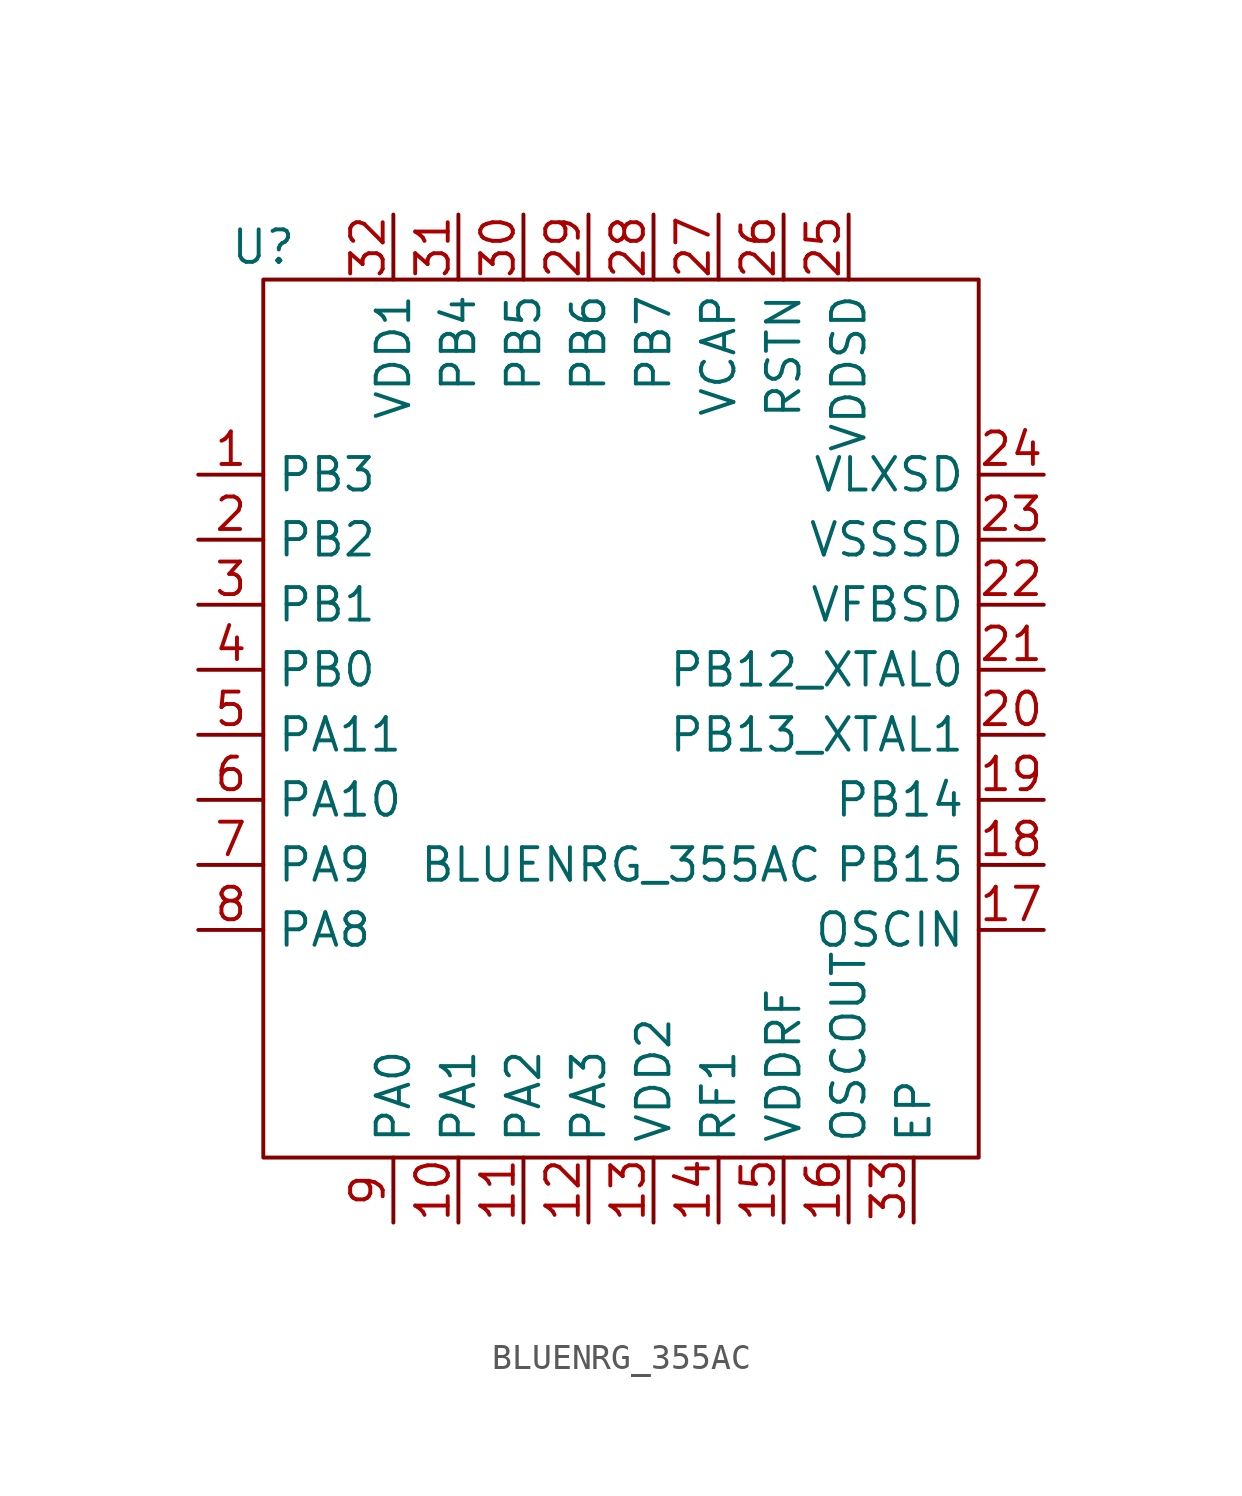
<source format=kicad_sym>
(kicad_symbol_lib
  (version 20211014)
  (generator kicad_symbol_editor)
  (symbol "BLUENRG_355AC"
    (property "Reference" "U"
      (at -13.97 17.78 0)
      (effects (font (size 1.27 1.27))))
    (property "Value" "BLUENRG_355AC"
      (at 0 -6.35 0)
      (effects (font (size 1.27 1.27))))
    (symbol "BLUENRG_355AC_0_1"
      (rectangle (start -13.97 16.51) (end 13.97 -17.78) (stroke (width 0) (type default) (color 0 0 0 0)) (fill (type none))))
    (symbol "BLUENRG_355AC_1_1"
      (pin bidirectional line (at -16.51 8.89 0) (length 2.54) (name "PB3" (effects (font (size 1.27 1.27)))) (number "1" (effects (font (size 1.27 1.27)))))
      (pin bidirectional line (at -6.35 -20.32 90) (length 2.54) (name "PA1" (effects (font (size 1.27 1.27)))) (number "10" (effects (font (size 1.27 1.27)))))
      (pin bidirectional line (at -3.81 -20.32 90) (length 2.54) (name "PA2" (effects (font (size 1.27 1.27)))) (number "11" (effects (font (size 1.27 1.27)))))
      (pin bidirectional line (at -1.27 -20.32 90) (length 2.54) (name "PA3" (effects (font (size 1.27 1.27)))) (number "12" (effects (font (size 1.27 1.27)))))
      (pin power_in line (at 1.27 -20.32 90) (length 2.54) (name "VDD2" (effects (font (size 1.27 1.27)))) (number "13" (effects (font (size 1.27 1.27)))))
      (pin bidirectional line (at 3.81 -20.32 90) (length 2.54) (name "RF1" (effects (font (size 1.27 1.27)))) (number "14" (effects (font (size 1.27 1.27)))))
      (pin power_in line (at 6.35 -20.32 90) (length 2.54) (name "VDDRF" (effects (font (size 1.27 1.27)))) (number "15" (effects (font (size 1.27 1.27)))))
      (pin bidirectional line (at 8.89 -20.32 90) (length 2.54) (name "OSCOUT" (effects (font (size 1.27 1.27)))) (number "16" (effects (font (size 1.27 1.27)))))
      (pin bidirectional line (at 16.51 -8.89 180) (length 2.54) (name "OSCIN" (effects (font (size 1.27 1.27)))) (number "17" (effects (font (size 1.27 1.27)))))
      (pin bidirectional line (at 16.51 -6.35 180) (length 2.54) (name "PB15" (effects (font (size 1.27 1.27)))) (number "18" (effects (font (size 1.27 1.27)))))
      (pin bidirectional line (at 16.51 -3.81 180) (length 2.54) (name "PB14" (effects (font (size 1.27 1.27)))) (number "19" (effects (font (size 1.27 1.27)))))
      (pin bidirectional line (at -16.51 6.35 0) (length 2.54) (name "PB2" (effects (font (size 1.27 1.27)))) (number "2" (effects (font (size 1.27 1.27)))))
      (pin bidirectional line (at 16.51 -1.27 180) (length 2.54) (name "PB13_XTAL1" (effects (font (size 1.27 1.27)))) (number "20" (effects (font (size 1.27 1.27)))))
      (pin bidirectional line (at 16.51 1.27 180) (length 2.54) (name "PB12_XTAL0" (effects (font (size 1.27 1.27)))) (number "21" (effects (font (size 1.27 1.27)))))
      (pin power_in line (at 16.51 3.81 180) (length 2.54) (name "VFBSD" (effects (font (size 1.27 1.27)))) (number "22" (effects (font (size 1.27 1.27)))))
      (pin power_in line (at 16.51 6.35 180) (length 2.54) (name "VSSSD" (effects (font (size 1.27 1.27)))) (number "23" (effects (font (size 1.27 1.27)))))
      (pin power_in line (at 16.51 8.89 180) (length 2.54) (name "VLXSD" (effects (font (size 1.27 1.27)))) (number "24" (effects (font (size 1.27 1.27)))))
      (pin power_in line (at 8.89 19.05 270) (length 2.54) (name "VDDSD" (effects (font (size 1.27 1.27)))) (number "25" (effects (font (size 1.27 1.27)))))
      (pin bidirectional line (at 6.35 19.05 270) (length 2.54) (name "RSTN" (effects (font (size 1.27 1.27)))) (number "26" (effects (font (size 1.27 1.27)))))
      (pin power_in line (at 3.81 19.05 270) (length 2.54) (name "VCAP" (effects (font (size 1.27 1.27)))) (number "27" (effects (font (size 1.27 1.27)))))
      (pin bidirectional line (at 1.27 19.05 270) (length 2.54) (name "PB7" (effects (font (size 1.27 1.27)))) (number "28" (effects (font (size 1.27 1.27)))))
      (pin bidirectional line (at -1.27 19.05 270) (length 2.54) (name "PB6" (effects (font (size 1.27 1.27)))) (number "29" (effects (font (size 1.27 1.27)))))
      (pin bidirectional line (at -16.51 3.81 0) (length 2.54) (name "PB1" (effects (font (size 1.27 1.27)))) (number "3" (effects (font (size 1.27 1.27)))))
      (pin bidirectional line (at -3.81 19.05 270) (length 2.54) (name "PB5" (effects (font (size 1.27 1.27)))) (number "30" (effects (font (size 1.27 1.27)))))
      (pin bidirectional line (at -6.35 19.05 270) (length 2.54) (name "PB4" (effects (font (size 1.27 1.27)))) (number "31" (effects (font (size 1.27 1.27)))))
      (pin power_in line (at -8.89 19.05 270) (length 2.54) (name "VDD1" (effects (font (size 1.27 1.27)))) (number "32" (effects (font (size 1.27 1.27)))))
      (pin power_in line (at 11.43 -20.32 90) (length 2.54) (name "EP" (effects (font (size 1.27 1.27)))) (number "33" (effects (font (size 1.27 1.27)))))
      (pin bidirectional line (at -16.51 1.27 0) (length 2.54) (name "PB0" (effects (font (size 1.27 1.27)))) (number "4" (effects (font (size 1.27 1.27)))))
      (pin bidirectional line (at -16.51 -1.27 0) (length 2.54) (name "PA11" (effects (font (size 1.27 1.27)))) (number "5" (effects (font (size 1.27 1.27)))))
      (pin bidirectional line (at -16.51 -3.81 0) (length 2.54) (name "PA10" (effects (font (size 1.27 1.27)))) (number "6" (effects (font (size 1.27 1.27)))))
      (pin bidirectional line (at -16.51 -6.35 0) (length 2.54) (name "PA9" (effects (font (size 1.27 1.27)))) (number "7" (effects (font (size 1.27 1.27)))))
      (pin bidirectional line (at -16.51 -8.89 0) (length 2.54) (name "PA8" (effects (font (size 1.27 1.27)))) (number "8" (effects (font (size 1.27 1.27)))))
      (pin bidirectional line (at -8.89 -20.32 90) (length 2.54) (name "PA0" (effects (font (size 1.27 1.27)))) (number "9" (effects (font (size 1.27 1.27))))))))
</source>
